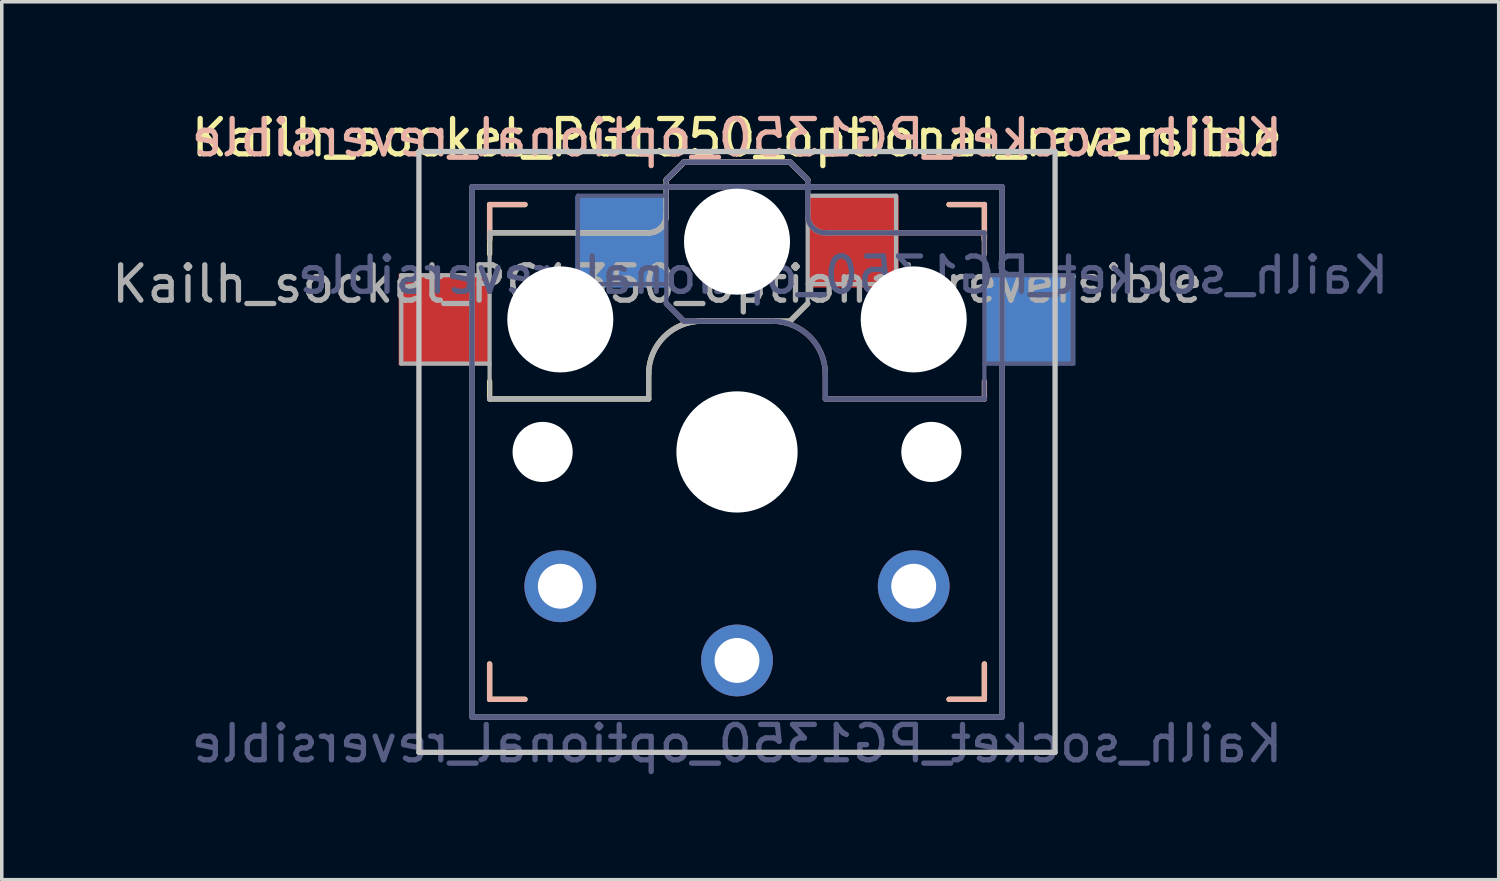
<source format=kicad_pcb>
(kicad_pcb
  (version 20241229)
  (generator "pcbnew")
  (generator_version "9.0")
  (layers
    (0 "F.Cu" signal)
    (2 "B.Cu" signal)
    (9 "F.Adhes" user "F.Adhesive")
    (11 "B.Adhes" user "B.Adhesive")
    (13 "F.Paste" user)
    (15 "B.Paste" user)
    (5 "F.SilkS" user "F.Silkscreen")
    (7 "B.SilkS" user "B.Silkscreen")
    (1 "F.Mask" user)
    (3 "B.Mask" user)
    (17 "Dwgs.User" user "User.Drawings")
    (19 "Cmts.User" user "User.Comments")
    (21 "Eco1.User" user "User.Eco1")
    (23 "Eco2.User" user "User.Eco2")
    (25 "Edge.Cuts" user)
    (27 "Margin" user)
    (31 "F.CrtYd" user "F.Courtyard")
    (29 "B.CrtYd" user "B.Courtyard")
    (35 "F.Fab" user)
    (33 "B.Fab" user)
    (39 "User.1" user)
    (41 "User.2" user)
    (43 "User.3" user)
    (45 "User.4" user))
  (footprint "Kailh_socket_PG1350_optional_reversible"
    (layer "F.Cu")
    (at 17.804 9.738)
    (property "Reference" "Kailh_socket_PG1350_optional_reversible" (at 0 -8.89 0) (layer "F.SilkS") (effects (font (size 1 1) (thickness 0.15))))
    (property "Value" "Kailh_socket_PG1350_optional_reversible" (at 0 8.255 0) (layer "F.Fab") (hide yes) (effects (font (size 1 1) (thickness 0.15))))
    (attr through_hole)
    (fp_line (start -7 -7) (end -6 -7) (stroke (width 0.15) (type solid)) (layer "F.SilkS"))
    (fp_line (start -7 -6.2) (end -2.5 -6.2) (stroke (width 0.15) (type solid)) (layer "F.SilkS"))
    (fp_line (start -7 -6) (end -7 -7) (stroke (width 0.15) (type solid)) (layer "F.SilkS"))
    (fp_line (start -7 -5.6) (end -7 -6.2) (stroke (width 0.15) (type solid)) (layer "F.SilkS"))
    (fp_line (start -7 -1.5) (end -7 -2) (stroke (width 0.15) (type solid)) (layer "F.SilkS"))
    (fp_line (start -7 7) (end -7 6) (stroke (width 0.15) (type solid)) (layer "F.SilkS"))
    (fp_line (start -6 7) (end -7 7) (stroke (width 0.15) (type solid)) (layer "F.SilkS"))
    (fp_line (start -2.5 -2.2) (end -2.5 -1.5) (stroke (width 0.15) (type solid)) (layer "F.SilkS"))
    (fp_line (start -2.5 -1.5) (end -7 -1.5) (stroke (width 0.15) (type solid)) (layer "F.SilkS"))
    (fp_line (start -2 -6.7) (end -2 -7.7) (stroke (width 0.15) (type solid)) (layer "F.SilkS"))
    (fp_line (start -1.5 -8.2) (end -2 -7.7) (stroke (width 0.15) (type solid)) (layer "F.SilkS"))
    (fp_line (start 1.5 -8.2) (end -1.5 -8.2) (stroke (width 0.15) (type solid)) (layer "F.SilkS"))
    (fp_line (start 1.5 -3.7) (end -1 -3.7) (stroke (width 0.15) (type solid)) (layer "F.SilkS"))
    (fp_line (start 2 -7.7) (end 1.5 -8.2) (stroke (width 0.15) (type solid)) (layer "F.SilkS"))
    (fp_line (start 2 -4.2) (end 1.5 -3.7) (stroke (width 0.15) (type solid)) (layer "F.SilkS"))
    (fp_line (start 6 -7) (end 7 -7) (stroke (width 0.15) (type solid)) (layer "F.SilkS"))
    (fp_line (start 7 -7) (end 7 -6) (stroke (width 0.15) (type solid)) (layer "F.SilkS"))
    (fp_line (start 7 6) (end 7 7) (stroke (width 0.15) (type solid)) (layer "F.SilkS"))
    (fp_line (start 7 7) (end 6 7) (stroke (width 0.15) (type solid)) (layer "F.SilkS"))
    (fp_arc (start -2.5 -2.2) (mid -2.06066 -3.26066) (end -1 -3.7) (stroke (width 0.15) (type solid)) (layer "F.SilkS"))
    (fp_arc (start -2 -6.7) (mid -2.146447 -6.346447) (end -2.5 -6.2) (stroke (width 0.15) (type solid)) (layer "F.SilkS"))
    (fp_line (start -7 -7) (end -6 -7) (stroke (width 0.15) (type solid)) (layer "B.SilkS"))
    (fp_line (start -7 -6) (end -7 -7) (stroke (width 0.15) (type solid)) (layer "B.SilkS"))
    (fp_line (start -7 7) (end -7 6) (stroke (width 0.15) (type solid)) (layer "B.SilkS"))
    (fp_line (start -6 7) (end -7 7) (stroke (width 0.15) (type solid)) (layer "B.SilkS"))
    (fp_line (start -2 -7.7) (end -1.5 -8.2) (stroke (width 0.15) (type solid)) (layer "B.SilkS"))
    (fp_line (start -2 -4.2) (end -1.5 -3.7) (stroke (width 0.15) (type solid)) (layer "B.SilkS"))
    (fp_line (start -1.5 -8.2) (end 1.5 -8.2) (stroke (width 0.15) (type solid)) (layer "B.SilkS"))
    (fp_line (start -1.5 -3.7) (end 1 -3.7) (stroke (width 0.15) (type solid)) (layer "B.SilkS"))
    (fp_line (start 1.5 -8.2) (end 2 -7.7) (stroke (width 0.15) (type solid)) (layer "B.SilkS"))
    (fp_line (start 2 -6.7) (end 2 -7.7) (stroke (width 0.15) (type solid)) (layer "B.SilkS"))
    (fp_line (start 2.5 -2.2) (end 2.5 -1.5) (stroke (width 0.15) (type solid)) (layer "B.SilkS"))
    (fp_line (start 2.5 -1.5) (end 7 -1.5) (stroke (width 0.15) (type solid)) (layer "B.SilkS"))
    (fp_line (start 6 -7) (end 7 -7) (stroke (width 0.15) (type solid)) (layer "B.SilkS"))
    (fp_line (start 7 -7) (end 7 -6) (stroke (width 0.15) (type solid)) (layer "B.SilkS"))
    (fp_line (start 7 -6.2) (end 2.5 -6.2) (stroke (width 0.15) (type solid)) (layer "B.SilkS"))
    (fp_line (start 7 -5.6) (end 7 -6.2) (stroke (width 0.15) (type solid)) (layer "B.SilkS"))
    (fp_line (start 7 -1.5) (end 7 -2) (stroke (width 0.15) (type solid)) (layer "B.SilkS"))
    (fp_line (start 7 6) (end 7 7) (stroke (width 0.15) (type solid)) (layer "B.SilkS"))
    (fp_line (start 7 7) (end 6 7) (stroke (width 0.15) (type solid)) (layer "B.SilkS"))
    (fp_arc (start 1 -3.7) (mid 2.06066 -3.26066) (end 2.5 -2.2) (stroke (width 0.15) (type solid)) (layer "B.SilkS"))
    (fp_arc (start 2.5 -6.2) (mid 2.146447 -6.346447) (end 2 -6.7) (stroke (width 0.15) (type solid)) (layer "B.SilkS"))
    (fp_line (start -9 -8.5) (end 9 -8.5) (stroke (width 0.15) (type solid)) (layer "Dwgs.User"))
    (fp_line (start -9 8.5) (end -9 -8.5) (stroke (width 0.15) (type solid)) (layer "Dwgs.User"))
    (fp_line (start 9 -8.5) (end 9 8.5) (stroke (width 0.15) (type solid)) (layer "Dwgs.User"))
    (fp_line (start 9 8.5) (end -9 8.5) (stroke (width 0.15) (type solid)) (layer "Dwgs.User"))
    (fp_line (start -6.9 6.9) (end -6.9 -6.9) (stroke (width 0.15) (type solid)) (layer "Eco2.User"))
    (fp_line (start -6.9 6.9) (end 6.9 6.9) (stroke (width 0.15) (type solid)) (layer "Eco2.User"))
    (fp_line (start -2.6 -3.1) (end -2.6 -6.3) (stroke (width 0.15) (type solid)) (layer "Eco2.User"))
    (fp_line (start -2.6 -3.1) (end 2.6 -3.1) (stroke (width 0.15) (type solid)) (layer "Eco2.User"))
    (fp_line (start 2.6 -6.3) (end -2.6 -6.3) (stroke (width 0.15) (type solid)) (layer "Eco2.User"))
    (fp_line (start 2.6 -3.1) (end 2.6 -6.3) (stroke (width 0.15) (type solid)) (layer "Eco2.User"))
    (fp_line (start 6.9 -6.9) (end -6.9 -6.9) (stroke (width 0.15) (type solid)) (layer "Eco2.User"))
    (fp_line (start 6.9 -6.9) (end 6.9 6.9) (stroke (width 0.15) (type solid)) (layer "Eco2.User"))
    (fp_line (start -7.5 -7.5) (end 7.5 -7.5) (stroke (width 0.15) (type solid)) (layer "B.Fab"))
    (fp_line (start -7.5 7.5) (end -7.5 -7.5) (stroke (width 0.15) (type solid)) (layer "B.Fab"))
    (fp_line (start -4.5 -7.25) (end -2 -7.25) (stroke (width 0.12) (type solid)) (layer "B.Fab"))
    (fp_line (start -4.5 -4.75) (end -4.5 -7.25) (stroke (width 0.12) (type solid)) (layer "B.Fab"))
    (fp_line (start -2 -7.7) (end -1.5 -8.2) (stroke (width 0.15) (type solid)) (layer "B.Fab"))
    (fp_line (start -2 -4.75) (end -4.5 -4.75) (stroke (width 0.12) (type solid)) (layer "B.Fab"))
    (fp_line (start -2 -4.25) (end -2 -7.7) (stroke (width 0.12) (type solid)) (layer "B.Fab"))
    (fp_line (start -2 -4.2) (end -1.5 -3.7) (stroke (width 0.15) (type solid)) (layer "B.Fab"))
    (fp_line (start -1.5 -8.2) (end 1.5 -8.2) (stroke (width 0.15) (type solid)) (layer "B.Fab"))
    (fp_line (start -1.5 -3.7) (end 1 -3.7) (stroke (width 0.15) (type solid)) (layer "B.Fab"))
    (fp_line (start 1.5 -8.2) (end 2 -7.7) (stroke (width 0.15) (type solid)) (layer "B.Fab"))
    (fp_line (start 2 -6.7) (end 2 -7.7) (stroke (width 0.15) (type solid)) (layer "B.Fab"))
    (fp_line (start 2.5 -2.2) (end 2.5 -1.5) (stroke (width 0.15) (type solid)) (layer "B.Fab"))
    (fp_line (start 2.5 -1.5) (end 7 -1.5) (stroke (width 0.15) (type solid)) (layer "B.Fab"))
    (fp_line (start 7 -6.2) (end 2.5 -6.2) (stroke (width 0.15) (type solid)) (layer "B.Fab"))
    (fp_line (start 7 -5) (end 9.5 -5) (stroke (width 0.12) (type solid)) (layer "B.Fab"))
    (fp_line (start 7 -1.5) (end 7 -6.2) (stroke (width 0.12) (type solid)) (layer "B.Fab"))
    (fp_line (start 7.5 -7.5) (end 7.5 7.5) (stroke (width 0.15) (type solid)) (layer "B.Fab"))
    (fp_line (start 7.5 7.5) (end -7.5 7.5) (stroke (width 0.15) (type solid)) (layer "B.Fab"))
    (fp_line (start 9.5 -5) (end 9.5 -2.5) (stroke (width 0.12) (type solid)) (layer "B.Fab"))
    (fp_line (start 9.5 -2.5) (end 7 -2.5) (stroke (width 0.12) (type solid)) (layer "B.Fab"))
    (fp_arc (start 1 -3.7) (mid 2.06066 -3.26066) (end 2.5 -2.2) (stroke (width 0.15) (type solid)) (layer "B.Fab"))
    (fp_arc (start 2.5 -6.2) (mid 2.146447 -6.346447) (end 2 -6.7) (stroke (width 0.15) (type solid)) (layer "B.Fab"))
    (fp_line (start -9.5 -5) (end -9.5 -2.5) (stroke (width 0.12) (type solid)) (layer "F.Fab"))
    (fp_line (start -9.5 -2.5) (end -7 -2.5) (stroke (width 0.12) (type solid)) (layer "F.Fab"))
    (fp_line (start -7.5 -7.5) (end 7.5 -7.5) (stroke (width 0.15) (type solid)) (layer "F.Fab"))
    (fp_line (start -7.5 7.5) (end -7.5 -7.5) (stroke (width 0.15) (type solid)) (layer "F.Fab"))
    (fp_line (start -7 -6.2) (end -2.5 -6.2) (stroke (width 0.15) (type solid)) (layer "F.Fab"))
    (fp_line (start -7 -5) (end -9.5 -5) (stroke (width 0.12) (type solid)) (layer "F.Fab"))
    (fp_line (start -7 -1.5) (end -7 -6.2) (stroke (width 0.12) (type solid)) (layer "F.Fab"))
    (fp_line (start -2.5 -2.2) (end -2.5 -1.5) (stroke (width 0.15) (type solid)) (layer "F.Fab"))
    (fp_line (start -2.5 -1.5) (end -7 -1.5) (stroke (width 0.15) (type solid)) (layer "F.Fab"))
    (fp_line (start -2 -6.7) (end -2 -7.7) (stroke (width 0.15) (type solid)) (layer "F.Fab"))
    (fp_line (start -1.5 -8.2) (end -2 -7.7) (stroke (width 0.15) (type solid)) (layer "F.Fab"))
    (fp_line (start 1.5 -8.2) (end -1.5 -8.2) (stroke (width 0.15) (type solid)) (layer "F.Fab"))
    (fp_line (start 1.5 -3.7) (end -1 -3.7) (stroke (width 0.15) (type solid)) (layer "F.Fab"))
    (fp_line (start 2 -7.7) (end 1.5 -8.2) (stroke (width 0.15) (type solid)) (layer "F.Fab"))
    (fp_line (start 2 -4.75) (end 4.5 -4.75) (stroke (width 0.12) (type solid)) (layer "F.Fab"))
    (fp_line (start 2 -4.25) (end 2 -7.7) (stroke (width 0.12) (type solid)) (layer "F.Fab"))
    (fp_line (start 2 -4.2) (end 1.5 -3.7) (stroke (width 0.15) (type solid)) (layer "F.Fab"))
    (fp_line (start 4.5 -7.25) (end 2 -7.25) (stroke (width 0.12) (type solid)) (layer "F.Fab"))
    (fp_line (start 4.5 -4.75) (end 4.5 -7.25) (stroke (width 0.12) (type solid)) (layer "F.Fab"))
    (fp_line (start 7.5 -7.5) (end 7.5 7.5) (stroke (width 0.15) (type solid)) (layer "F.Fab"))
    (fp_line (start 7.5 7.5) (end -7.5 7.5) (stroke (width 0.15) (type solid)) (layer "F.Fab"))
    (fp_arc (start -2.5 -2.2) (mid -2.06066 -3.26066) (end -1 -3.7) (stroke (width 0.15) (type solid)) (layer "F.Fab"))
    (fp_arc (start -2 -6.7) (mid -2.146447 -6.346447) (end -2.5 -6.2) (stroke (width 0.15) (type solid)) (layer "F.Fab"))
    (fp_text user "${REFERENCE}" (at 0 -8.89 0) (layer "B.SilkS") (effects (font (size 1 1) (thickness 0.15)) (justify mirror)))
    (fp_text user "${VALUE}" (at 0 8.255 0) (layer "B.Fab") (effects (font (size 1 1) (thickness 0.15)) (justify mirror)))
    (fp_text user "${REFERENCE}" (at 3 -5 180) (layer "B.Fab") (effects (font (size 1 1) (thickness 0.15)) (justify mirror)))
    (fp_text user "${REFERENCE}" (at -2.25 -4.75 0) (layer "F.Fab") (effects (font (size 1 1) (thickness 0.15))))
    (pad "" np_thru_hole circle (at -5.5 0) (size 1.702 1.702) (drill 1.702) (layers "*.Cu" "*.Mask"))
    (pad "" np_thru_hole circle (at -5 -3.75) (size 3 3) (drill 3) (layers "*.Cu" "*.Mask"))
    (pad "" np_thru_hole circle (at 0 -5.95) (size 3 3) (drill 3) (layers "*.Cu" "*.Mask"))
    (pad "" np_thru_hole circle (at 0 0) (size 3.429 3.429) (drill 3.429) (layers "*.Cu" "*.Mask"))
    (pad "" np_thru_hole circle (at 5 -3.75) (size 3 3) (drill 3) (layers "*.Cu" "*.Mask"))
    (pad "" np_thru_hole circle (at 5.5 0) (size 1.702 1.702) (drill 1.702) (layers "*.Cu" "*.Mask"))
    (pad "1" smd rect (at -3.275 -5.95) (size 2.6 2.6) (layers "B.Cu" "B.Mask" "B.Paste"))
    (pad "1" thru_hole circle (at 0 5.9) (size 2.032 2.032) (drill 1.27) (layers "*.Cu" "*.Mask"))
    (pad "1" smd rect (at 3.275 -5.95) (size 2.6 2.6) (layers "F.Cu" "F.Mask" "F.Paste"))
    (pad "2" smd rect (at -8.275 -3.75) (size 2.6 2.6) (layers "F.Cu" "F.Mask" "F.Paste"))
    (pad "2" thru_hole circle (at -5 3.8) (size 2.032 2.032) (drill 1.27) (layers "*.Cu" "*.Mask"))
    (pad "2" thru_hole circle (at 5 3.8) (size 2.032 2.032) (drill 1.27) (layers "*.Cu" "*.Mask"))
    (pad "2" smd rect (at 8.275 -3.75) (size 2.6 2.6) (layers "B.Cu" "B.Mask" "B.Paste")))
  (gr_rect
    (start -3 -3)
    (end 39.357 21.841)
    (stroke (width 0.1) (type default))
    (fill no)
    (layer "Edge.Cuts")))
</source>
